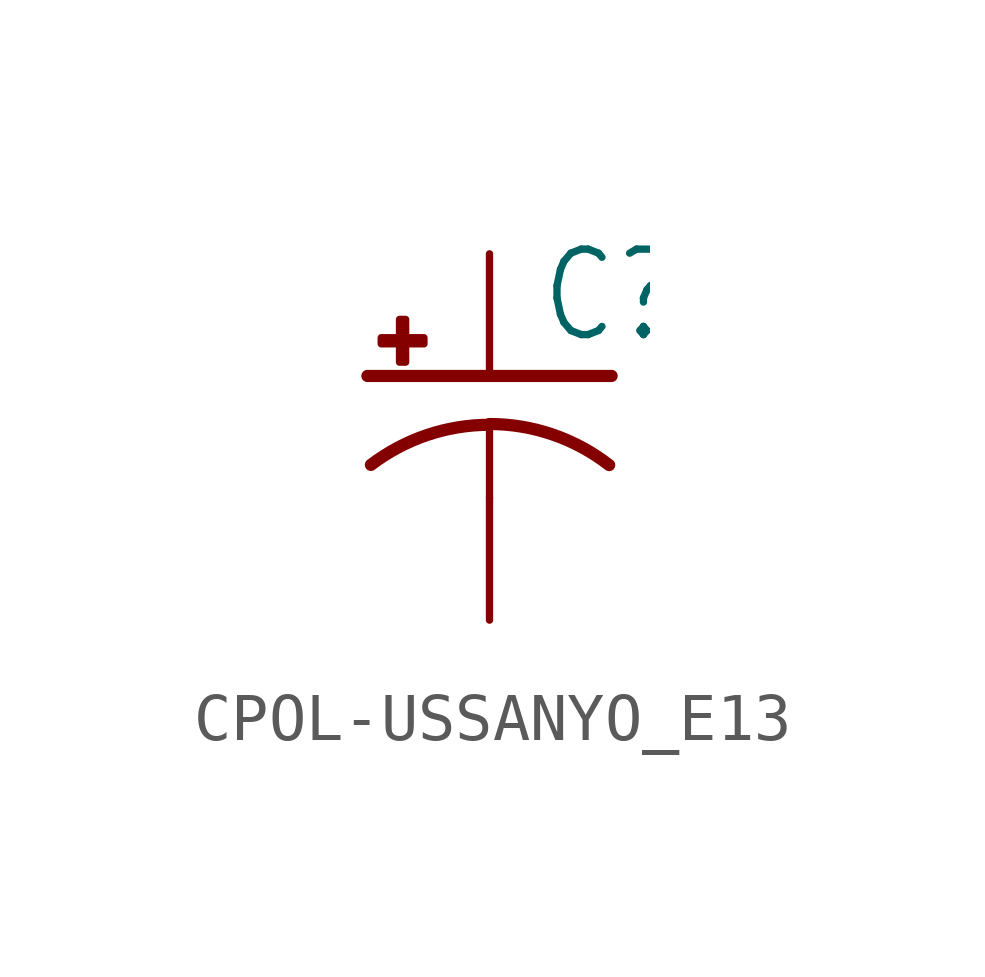
<source format=kicad_sym>
(kicad_symbol_lib
  (version 20231120)
  (generator "kicad_symbol_editor")
  (generator_version "8.0")
  (symbol "CPOL-USSANYO_E13"
    (property "Reference" "C"
      (at 1.016 0.635 0)
      (effects (font (size 1.778 1.511)) (justify left bottom)))
    (property "Value" ""
      (at 1.016 -4.191 0)
      (effects (font (size 1.778 1.511)) (justify left bottom)))
    (property "ki_locked" ""
      (at 0 0 0)
      (effects (font (size 1.27 1.27))))
    (symbol "CPOL-USSANYO_E13_1_0"
      (rectangle (start -2.253 0.668) (end -1.364 0.795) (stroke (width 0) (type default)) (fill (type outline)))
      (rectangle (start -1.872 0.287) (end -1.745 1.176) (stroke (width 0) (type default)) (fill (type outline)))
      (arc (start 0 -1.0161) (mid -1.3021 -1.2303) (end -2.4669 -1.8504) (stroke (width 0.254) (type solid)) (fill (type none)))
      (polyline (pts (xy -2.54 0) (xy 2.54 0)) (stroke (width 0.254) (type solid)) (fill (type none)))
      (polyline (pts (xy 0 -1.016) (xy 0 -2.54)) (stroke (width 0.152) (type solid)) (fill (type none)))
      (arc (start 2.4892 -1.8541) (mid 1.3158 -1.2194) (end 0 -1) (stroke (width 0.254) (type solid)) (fill (type none)))
      (pin passive line (at 0 2.54 270) (length 2.54) (name "+" (effects (font (size 0 0)))) (number "+" (effects (font (size 0 0)))))
      (pin passive line (at 0 -5.08 90) (length 2.54) (name "-" (effects (font (size 0 0)))) (number "-" (effects (font (size 0 0))))))))
</source>
